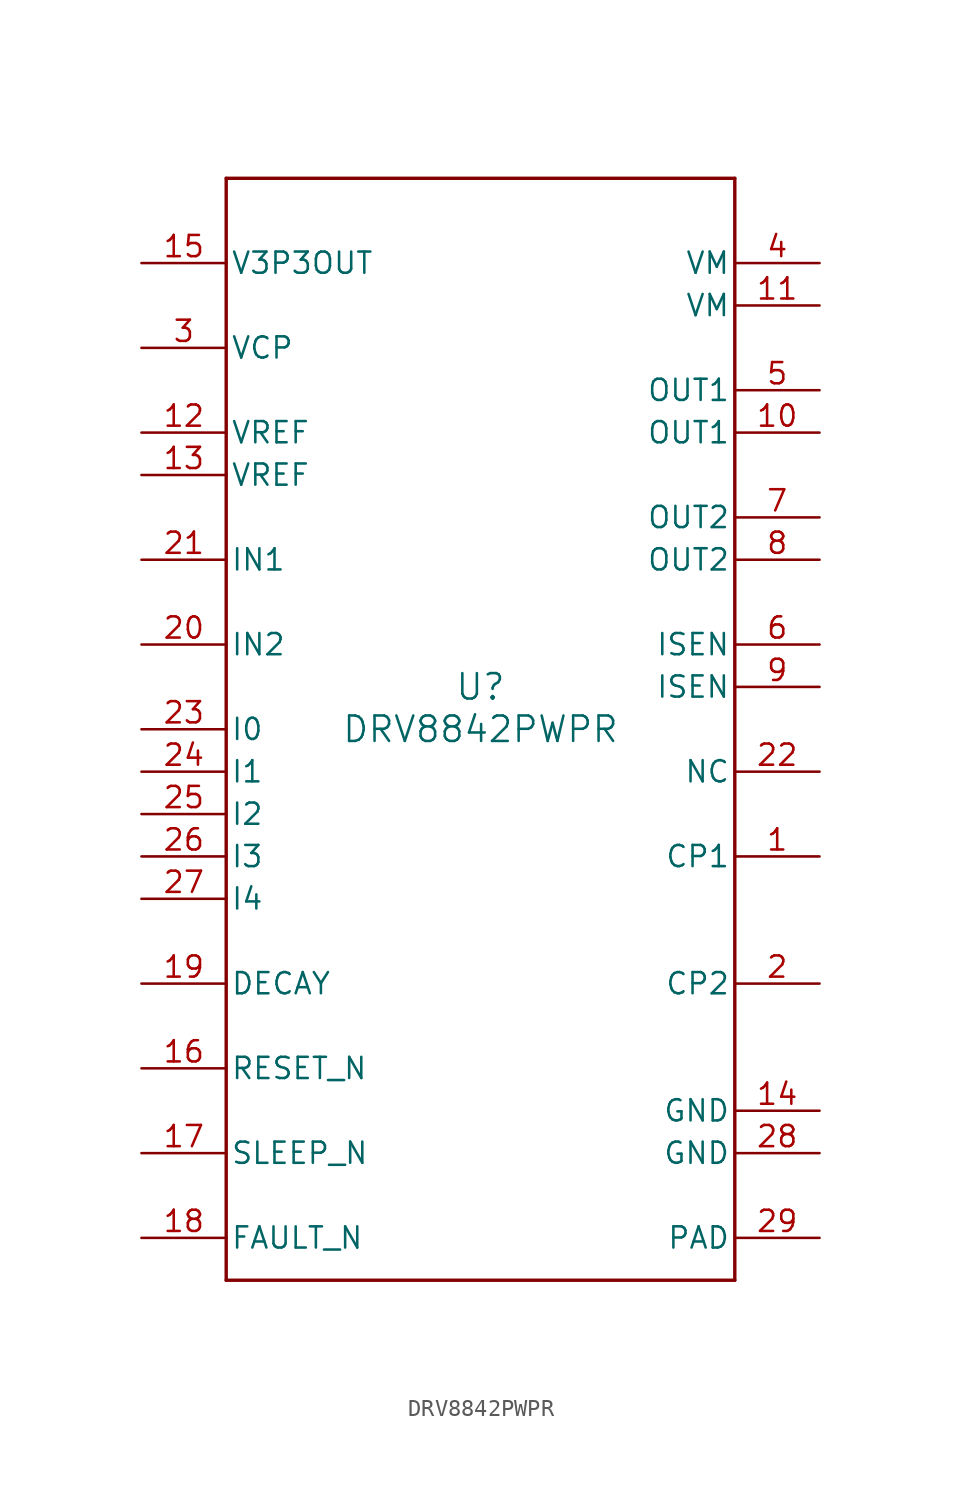
<source format=kicad_sym>
(kicad_symbol_lib
  (version 20220914)
  (generator kicad_symbol_editor)
  (symbol "DRV8842PWPR"
    (pin_names
      (offset 0.254))
    (property "Reference" "U"
      (at 15.24 35.56 0)
      (effects (font (size 1.524 1.524))))
    (property "Value" "DRV8842PWPR"
      (at 15.24 33.02 0)
      (effects (font (size 1.524 1.524))))
    (property "ki_locked" ""
      (at 0 0 0)
      (effects (font (size 1.27 1.27))))
    (symbol "DRV8842PWPR_0_1"
      (polyline (pts (xy 0 0) (xy 30.48 0)) (stroke (width 0.203) (type default)) (fill (type none)))
      (polyline (pts (xy 0 66.04) (xy 0 0)) (stroke (width 0.203) (type default)) (fill (type none)))
      (polyline (pts (xy 30.48 0) (xy 30.48 66.04)) (stroke (width 0.203) (type default)) (fill (type none)))
      (polyline (pts (xy 30.48 66.04) (xy 0 66.04)) (stroke (width 0.203) (type default)) (fill (type none)))
      (pin unspecified line (at 35.56 25.4 180) (length 5.08) (name "CP1" (effects (font (size 1.27 1.27)))) (number "1" (effects (font (size 1.27 1.27)))))
      (pin output line (at 35.56 50.8 180) (length 5.08) (name "OUT1" (effects (font (size 1.27 1.27)))) (number "10" (effects (font (size 1.27 1.27)))))
      (pin power_in line (at 35.56 58.42 180) (length 5.08) (name "VM" (effects (font (size 1.27 1.27)))) (number "11" (effects (font (size 1.27 1.27)))))
      (pin input line (at -5.08 50.8 0) (length 5.08) (name "VREF" (effects (font (size 1.27 1.27)))) (number "12" (effects (font (size 1.27 1.27)))))
      (pin input line (at -5.08 48.26 0) (length 5.08) (name "VREF" (effects (font (size 1.27 1.27)))) (number "13" (effects (font (size 1.27 1.27)))))
      (pin power_in line (at 35.56 10.16 180) (length 5.08) (name "GND" (effects (font (size 1.27 1.27)))) (number "14" (effects (font (size 1.27 1.27)))))
      (pin power_in line (at -5.08 60.96 0) (length 5.08) (name "V3P3OUT" (effects (font (size 1.27 1.27)))) (number "15" (effects (font (size 1.27 1.27)))))
      (pin input line (at -5.08 12.7 0) (length 5.08) (name "RESET_N" (effects (font (size 1.27 1.27)))) (number "16" (effects (font (size 1.27 1.27)))))
      (pin input line (at -5.08 7.62 0) (length 5.08) (name "SLEEP_N" (effects (font (size 1.27 1.27)))) (number "17" (effects (font (size 1.27 1.27)))))
      (pin open_collector line (at -5.08 2.54 0) (length 5.08) (name "FAULT_N" (effects (font (size 1.27 1.27)))) (number "18" (effects (font (size 1.27 1.27)))))
      (pin input line (at -5.08 17.78 0) (length 5.08) (name "DECAY" (effects (font (size 1.27 1.27)))) (number "19" (effects (font (size 1.27 1.27)))))
      (pin unspecified line (at 35.56 17.78 180) (length 5.08) (name "CP2" (effects (font (size 1.27 1.27)))) (number "2" (effects (font (size 1.27 1.27)))))
      (pin input line (at -5.08 38.1 0) (length 5.08) (name "IN2" (effects (font (size 1.27 1.27)))) (number "20" (effects (font (size 1.27 1.27)))))
      (pin input line (at -5.08 43.18 0) (length 5.08) (name "IN1" (effects (font (size 1.27 1.27)))) (number "21" (effects (font (size 1.27 1.27)))))
      (pin unspecified line (at 35.56 30.48 180) (length 5.08) (name "NC" (effects (font (size 1.27 1.27)))) (number "22" (effects (font (size 1.27 1.27)))))
      (pin input line (at -5.08 33.02 0) (length 5.08) (name "I0" (effects (font (size 1.27 1.27)))) (number "23" (effects (font (size 1.27 1.27)))))
      (pin input line (at -5.08 30.48 0) (length 5.08) (name "I1" (effects (font (size 1.27 1.27)))) (number "24" (effects (font (size 1.27 1.27)))))
      (pin input line (at -5.08 27.94 0) (length 5.08) (name "I2" (effects (font (size 1.27 1.27)))) (number "25" (effects (font (size 1.27 1.27)))))
      (pin input line (at -5.08 25.4 0) (length 5.08) (name "I3" (effects (font (size 1.27 1.27)))) (number "26" (effects (font (size 1.27 1.27)))))
      (pin input line (at -5.08 22.86 0) (length 5.08) (name "I4" (effects (font (size 1.27 1.27)))) (number "27" (effects (font (size 1.27 1.27)))))
      (pin power_in line (at 35.56 7.62 180) (length 5.08) (name "GND" (effects (font (size 1.27 1.27)))) (number "28" (effects (font (size 1.27 1.27)))))
      (pin power_in line (at 35.56 2.54 180) (length 5.08) (name "PAD" (effects (font (size 1.27 1.27)))) (number "29" (effects (font (size 1.27 1.27)))))
      (pin power_in line (at -5.08 55.88 0) (length 5.08) (name "VCP" (effects (font (size 1.27 1.27)))) (number "3" (effects (font (size 1.27 1.27)))))
      (pin power_in line (at 35.56 60.96 180) (length 5.08) (name "VM" (effects (font (size 1.27 1.27)))) (number "4" (effects (font (size 1.27 1.27)))))
      (pin output line (at 35.56 53.34 180) (length 5.08) (name "OUT1" (effects (font (size 1.27 1.27)))) (number "5" (effects (font (size 1.27 1.27)))))
      (pin bidirectional line (at 35.56 38.1 180) (length 5.08) (name "ISEN" (effects (font (size 1.27 1.27)))) (number "6" (effects (font (size 1.27 1.27)))))
      (pin output line (at 35.56 45.72 180) (length 5.08) (name "OUT2" (effects (font (size 1.27 1.27)))) (number "7" (effects (font (size 1.27 1.27)))))
      (pin output line (at 35.56 43.18 180) (length 5.08) (name "OUT2" (effects (font (size 1.27 1.27)))) (number "8" (effects (font (size 1.27 1.27)))))
      (pin bidirectional line (at 35.56 35.56 180) (length 5.08) (name "ISEN" (effects (font (size 1.27 1.27)))) (number "9" (effects (font (size 1.27 1.27))))))))
</source>
